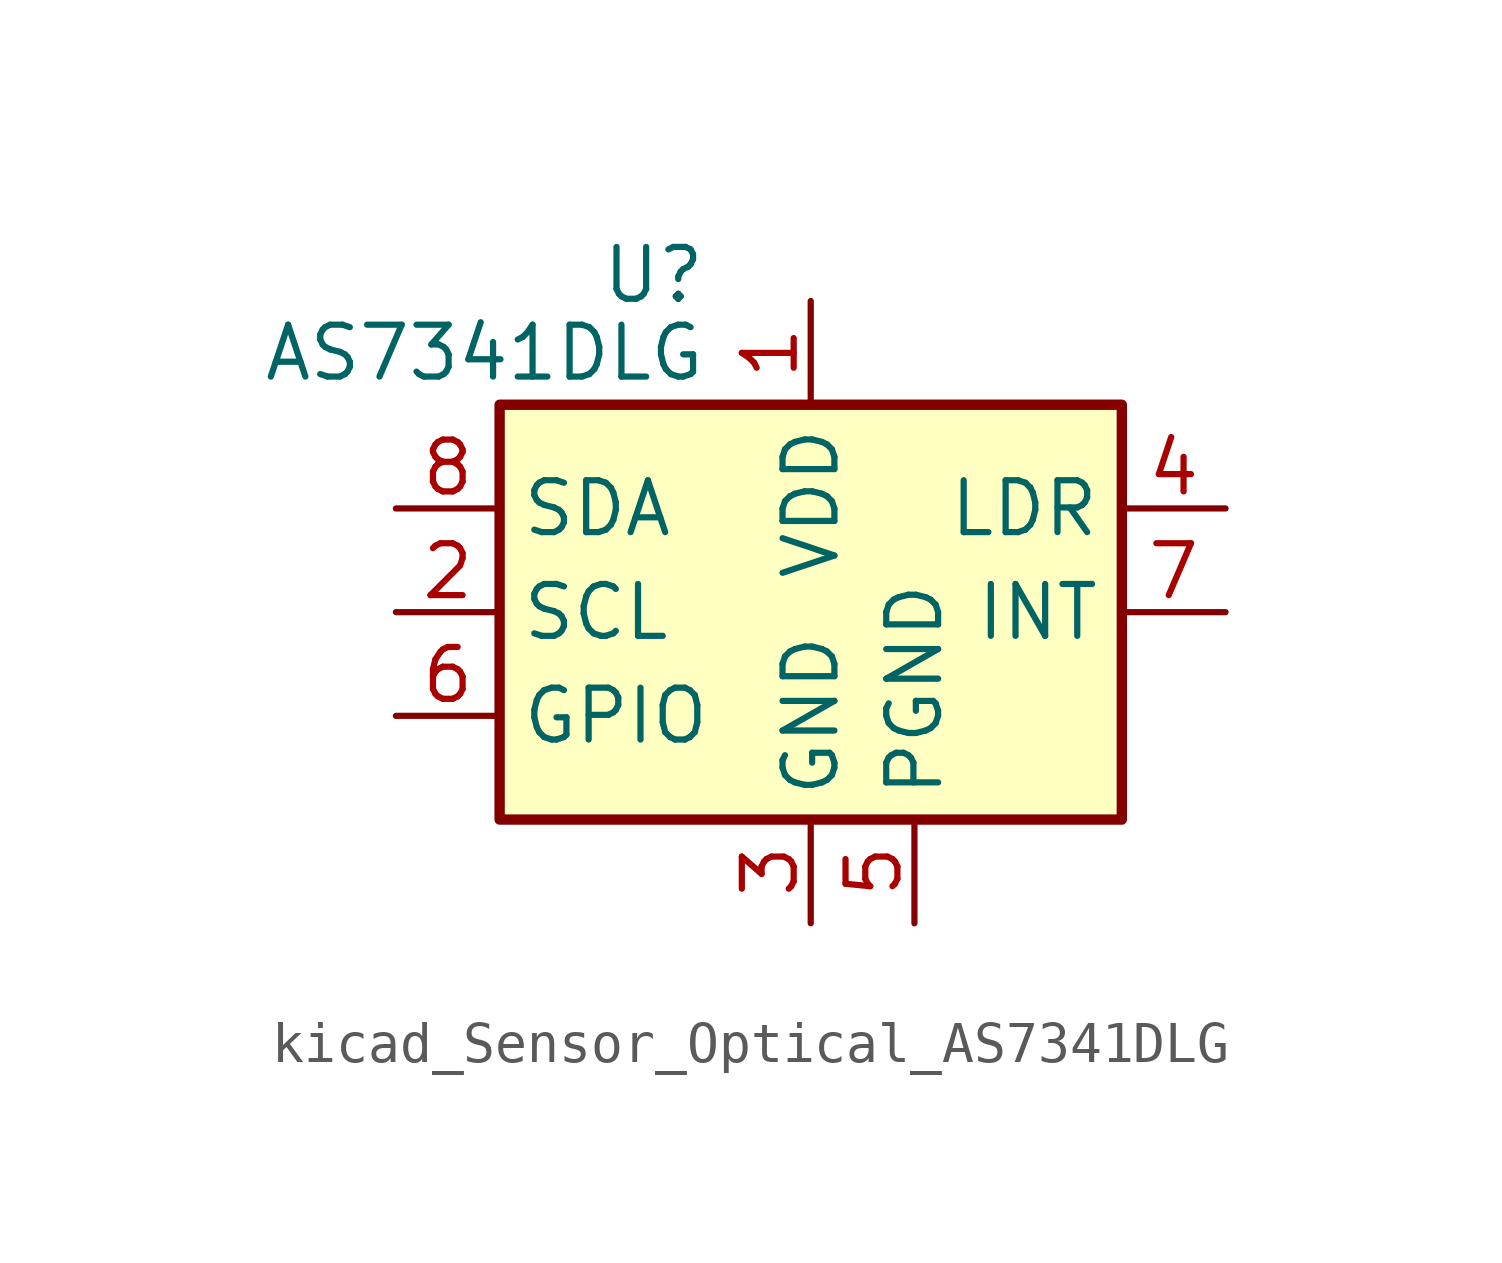
<source format=kicad_sym>
(kicad_symbol_lib
  (version 20220914)
  (generator kicad_symbol_editor)
  (symbol "kicad_Sensor_Optical_AS7341DLG"
    (property "Reference" "U"
      (at -2.54 8.255 0)
      (effects (font (size 1.27 1.27)) (justify right)))
    (property "Value" "AS7341DLG"
      (at -2.54 6.35 0)
      (effects (font (size 1.27 1.27)) (justify right)))
    (symbol "kicad_Sensor_Optical_AS7341DLG_0_1"
      (rectangle (start -7.62 5.08) (end 7.62 -5.08) (stroke (width 0.254) (type default)) (fill (type background))))
    (symbol "kicad_Sensor_Optical_AS7341DLG_1_1"
      (pin power_in line (at 0 7.62 270) (length 2.54) (name "VDD" (effects (font (size 1.27 1.27)))) (number "1" (effects (font (size 1.27 1.27)))))
      (pin input line (at -10.16 0 0) (length 2.54) (name "SCL" (effects (font (size 1.27 1.27)))) (number "2" (effects (font (size 1.27 1.27)))))
      (pin power_in line (at 0 -7.62 90) (length 2.54) (name "GND" (effects (font (size 1.27 1.27)))) (number "3" (effects (font (size 1.27 1.27)))))
      (pin passive line (at 10.16 2.54 180) (length 2.54) (name "LDR" (effects (font (size 1.27 1.27)))) (number "4" (effects (font (size 1.27 1.27)))))
      (pin power_in line (at 2.54 -7.62 90) (length 2.54) (name "PGND" (effects (font (size 1.27 1.27)))) (number "5" (effects (font (size 1.27 1.27)))))
      (pin input line (at -10.16 -2.54 0) (length 2.54) (name "GPIO" (effects (font (size 1.27 1.27)))) (number "6" (effects (font (size 1.27 1.27)))))
      (pin open_collector line (at 10.16 0 180) (length 2.54) (name "INT" (effects (font (size 1.27 1.27)))) (number "7" (effects (font (size 1.27 1.27)))))
      (pin bidirectional line (at -10.16 2.54 0) (length 2.54) (name "SDA" (effects (font (size 1.27 1.27)))) (number "8" (effects (font (size 1.27 1.27))))))))
</source>
